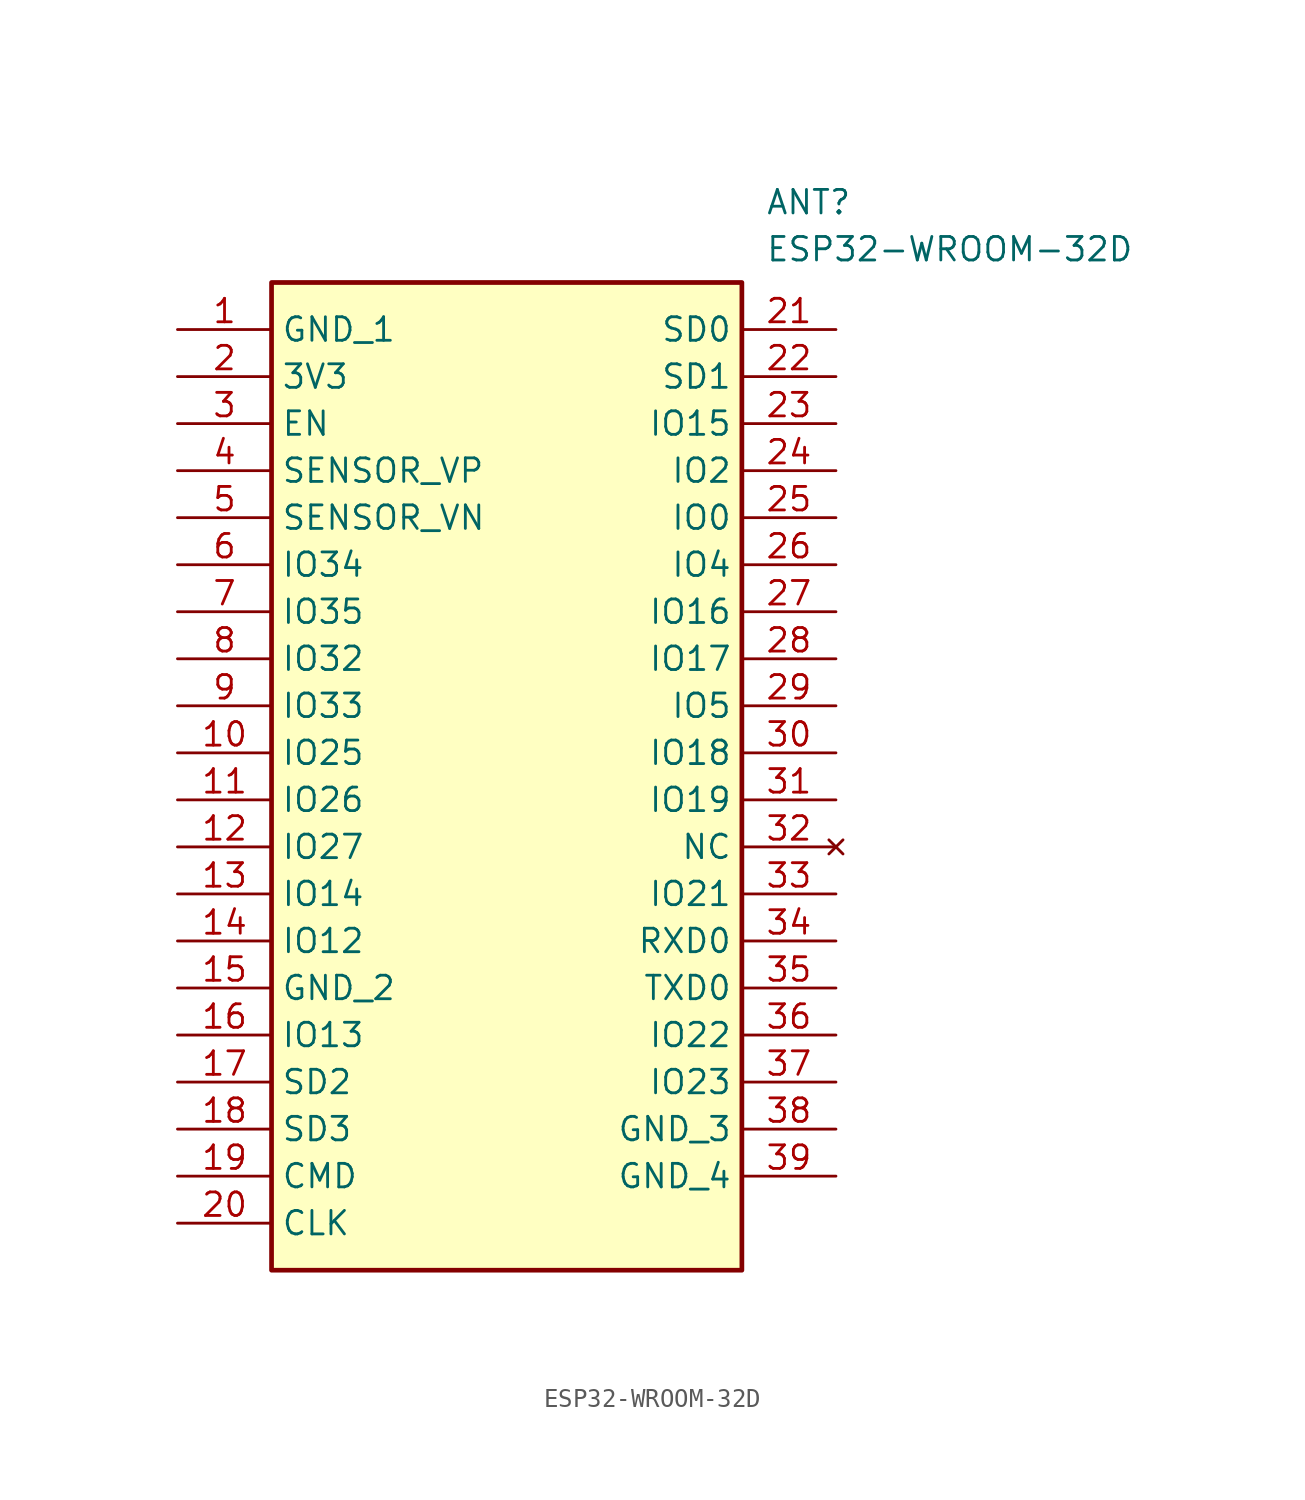
<source format=kicad_sym>
(kicad_symbol_lib
  (version 20211014)
  (generator SamacSys_ECAD_Model)
  (symbol "ESP32-WROOM-32D"
    (property "Reference" "ANT"
      (at 31.75 7.62 0)
      (effects (font (size 1.27 1.27)) (justify left top)))
    (property "Value" "ESP32-WROOM-32D"
      (at 31.75 5.08 0)
      (effects (font (size 1.27 1.27)) (justify left top)))
    (rectangle
      (start 5.08 2.54)
      (end 30.48 -50.8)
      (stroke (width 0.254) (type default))
      (fill (type background)))
    (pin passive line
      (at 0 0 0)
      (length 5.08)
      (name "GND_1" (effects (font (size 1.27 1.27))))
      (number "1" (effects (font (size 1.27 1.27)))))
    (pin passive line
      (at 0 -2.54 0)
      (length 5.08)
      (name "3V3" (effects (font (size 1.27 1.27))))
      (number "2" (effects (font (size 1.27 1.27)))))
    (pin passive line
      (at 0 -5.08 0)
      (length 5.08)
      (name "EN" (effects (font (size 1.27 1.27))))
      (number "3" (effects (font (size 1.27 1.27)))))
    (pin passive line
      (at 0 -7.62 0)
      (length 5.08)
      (name "SENSOR_VP" (effects (font (size 1.27 1.27))))
      (number "4" (effects (font (size 1.27 1.27)))))
    (pin passive line
      (at 0 -10.16 0)
      (length 5.08)
      (name "SENSOR_VN" (effects (font (size 1.27 1.27))))
      (number "5" (effects (font (size 1.27 1.27)))))
    (pin passive line
      (at 0 -12.7 0)
      (length 5.08)
      (name "IO34" (effects (font (size 1.27 1.27))))
      (number "6" (effects (font (size 1.27 1.27)))))
    (pin passive line
      (at 0 -15.24 0)
      (length 5.08)
      (name "IO35" (effects (font (size 1.27 1.27))))
      (number "7" (effects (font (size 1.27 1.27)))))
    (pin passive line
      (at 0 -17.78 0)
      (length 5.08)
      (name "IO32" (effects (font (size 1.27 1.27))))
      (number "8" (effects (font (size 1.27 1.27)))))
    (pin passive line
      (at 0 -20.32 0)
      (length 5.08)
      (name "IO33" (effects (font (size 1.27 1.27))))
      (number "9" (effects (font (size 1.27 1.27)))))
    (pin passive line
      (at 0 -22.86 0)
      (length 5.08)
      (name "IO25" (effects (font (size 1.27 1.27))))
      (number "10" (effects (font (size 1.27 1.27)))))
    (pin passive line
      (at 0 -25.4 0)
      (length 5.08)
      (name "IO26" (effects (font (size 1.27 1.27))))
      (number "11" (effects (font (size 1.27 1.27)))))
    (pin passive line
      (at 0 -27.94 0)
      (length 5.08)
      (name "IO27" (effects (font (size 1.27 1.27))))
      (number "12" (effects (font (size 1.27 1.27)))))
    (pin passive line
      (at 0 -30.48 0)
      (length 5.08)
      (name "IO14" (effects (font (size 1.27 1.27))))
      (number "13" (effects (font (size 1.27 1.27)))))
    (pin passive line
      (at 0 -33.02 0)
      (length 5.08)
      (name "IO12" (effects (font (size 1.27 1.27))))
      (number "14" (effects (font (size 1.27 1.27)))))
    (pin passive line
      (at 0 -35.56 0)
      (length 5.08)
      (name "GND_2" (effects (font (size 1.27 1.27))))
      (number "15" (effects (font (size 1.27 1.27)))))
    (pin passive line
      (at 0 -38.1 0)
      (length 5.08)
      (name "IO13" (effects (font (size 1.27 1.27))))
      (number "16" (effects (font (size 1.27 1.27)))))
    (pin passive line
      (at 0 -40.64 0)
      (length 5.08)
      (name "SD2" (effects (font (size 1.27 1.27))))
      (number "17" (effects (font (size 1.27 1.27)))))
    (pin passive line
      (at 0 -43.18 0)
      (length 5.08)
      (name "SD3" (effects (font (size 1.27 1.27))))
      (number "18" (effects (font (size 1.27 1.27)))))
    (pin passive line
      (at 0 -45.72 0)
      (length 5.08)
      (name "CMD" (effects (font (size 1.27 1.27))))
      (number "19" (effects (font (size 1.27 1.27)))))
    (pin passive line
      (at 0 -48.26 0)
      (length 5.08)
      (name "CLK" (effects (font (size 1.27 1.27))))
      (number "20" (effects (font (size 1.27 1.27)))))
    (pin passive line
      (at 35.56 0 180)
      (length 5.08)
      (name "SD0" (effects (font (size 1.27 1.27))))
      (number "21" (effects (font (size 1.27 1.27)))))
    (pin passive line
      (at 35.56 -2.54 180)
      (length 5.08)
      (name "SD1" (effects (font (size 1.27 1.27))))
      (number "22" (effects (font (size 1.27 1.27)))))
    (pin passive line
      (at 35.56 -5.08 180)
      (length 5.08)
      (name "IO15" (effects (font (size 1.27 1.27))))
      (number "23" (effects (font (size 1.27 1.27)))))
    (pin passive line
      (at 35.56 -7.62 180)
      (length 5.08)
      (name "IO2" (effects (font (size 1.27 1.27))))
      (number "24" (effects (font (size 1.27 1.27)))))
    (pin passive line
      (at 35.56 -10.16 180)
      (length 5.08)
      (name "IO0" (effects (font (size 1.27 1.27))))
      (number "25" (effects (font (size 1.27 1.27)))))
    (pin passive line
      (at 35.56 -12.7 180)
      (length 5.08)
      (name "IO4" (effects (font (size 1.27 1.27))))
      (number "26" (effects (font (size 1.27 1.27)))))
    (pin passive line
      (at 35.56 -15.24 180)
      (length 5.08)
      (name "IO16" (effects (font (size 1.27 1.27))))
      (number "27" (effects (font (size 1.27 1.27)))))
    (pin passive line
      (at 35.56 -17.78 180)
      (length 5.08)
      (name "IO17" (effects (font (size 1.27 1.27))))
      (number "28" (effects (font (size 1.27 1.27)))))
    (pin passive line
      (at 35.56 -20.32 180)
      (length 5.08)
      (name "IO5" (effects (font (size 1.27 1.27))))
      (number "29" (effects (font (size 1.27 1.27)))))
    (pin passive line
      (at 35.56 -22.86 180)
      (length 5.08)
      (name "IO18" (effects (font (size 1.27 1.27))))
      (number "30" (effects (font (size 1.27 1.27)))))
    (pin passive line
      (at 35.56 -25.4 180)
      (length 5.08)
      (name "IO19" (effects (font (size 1.27 1.27))))
      (number "31" (effects (font (size 1.27 1.27)))))
    (pin no_connect line
      (at 35.56 -27.94 180)
      (length 5.08)
      (name "NC" (effects (font (size 1.27 1.27))))
      (number "32" (effects (font (size 1.27 1.27)))))
    (pin passive line
      (at 35.56 -30.48 180)
      (length 5.08)
      (name "IO21" (effects (font (size 1.27 1.27))))
      (number "33" (effects (font (size 1.27 1.27)))))
    (pin passive line
      (at 35.56 -33.02 180)
      (length 5.08)
      (name "RXD0" (effects (font (size 1.27 1.27))))
      (number "34" (effects (font (size 1.27 1.27)))))
    (pin passive line
      (at 35.56 -35.56 180)
      (length 5.08)
      (name "TXD0" (effects (font (size 1.27 1.27))))
      (number "35" (effects (font (size 1.27 1.27)))))
    (pin passive line
      (at 35.56 -38.1 180)
      (length 5.08)
      (name "IO22" (effects (font (size 1.27 1.27))))
      (number "36" (effects (font (size 1.27 1.27)))))
    (pin passive line
      (at 35.56 -40.64 180)
      (length 5.08)
      (name "IO23" (effects (font (size 1.27 1.27))))
      (number "37" (effects (font (size 1.27 1.27)))))
    (pin passive line
      (at 35.56 -43.18 180)
      (length 5.08)
      (name "GND_3" (effects (font (size 1.27 1.27))))
      (number "38" (effects (font (size 1.27 1.27)))))
    (pin passive line
      (at 35.56 -45.72 180)
      (length 5.08)
      (name "GND_4" (effects (font (size 1.27 1.27))))
      (number "39" (effects (font (size 1.27 1.27)))))))
</source>
